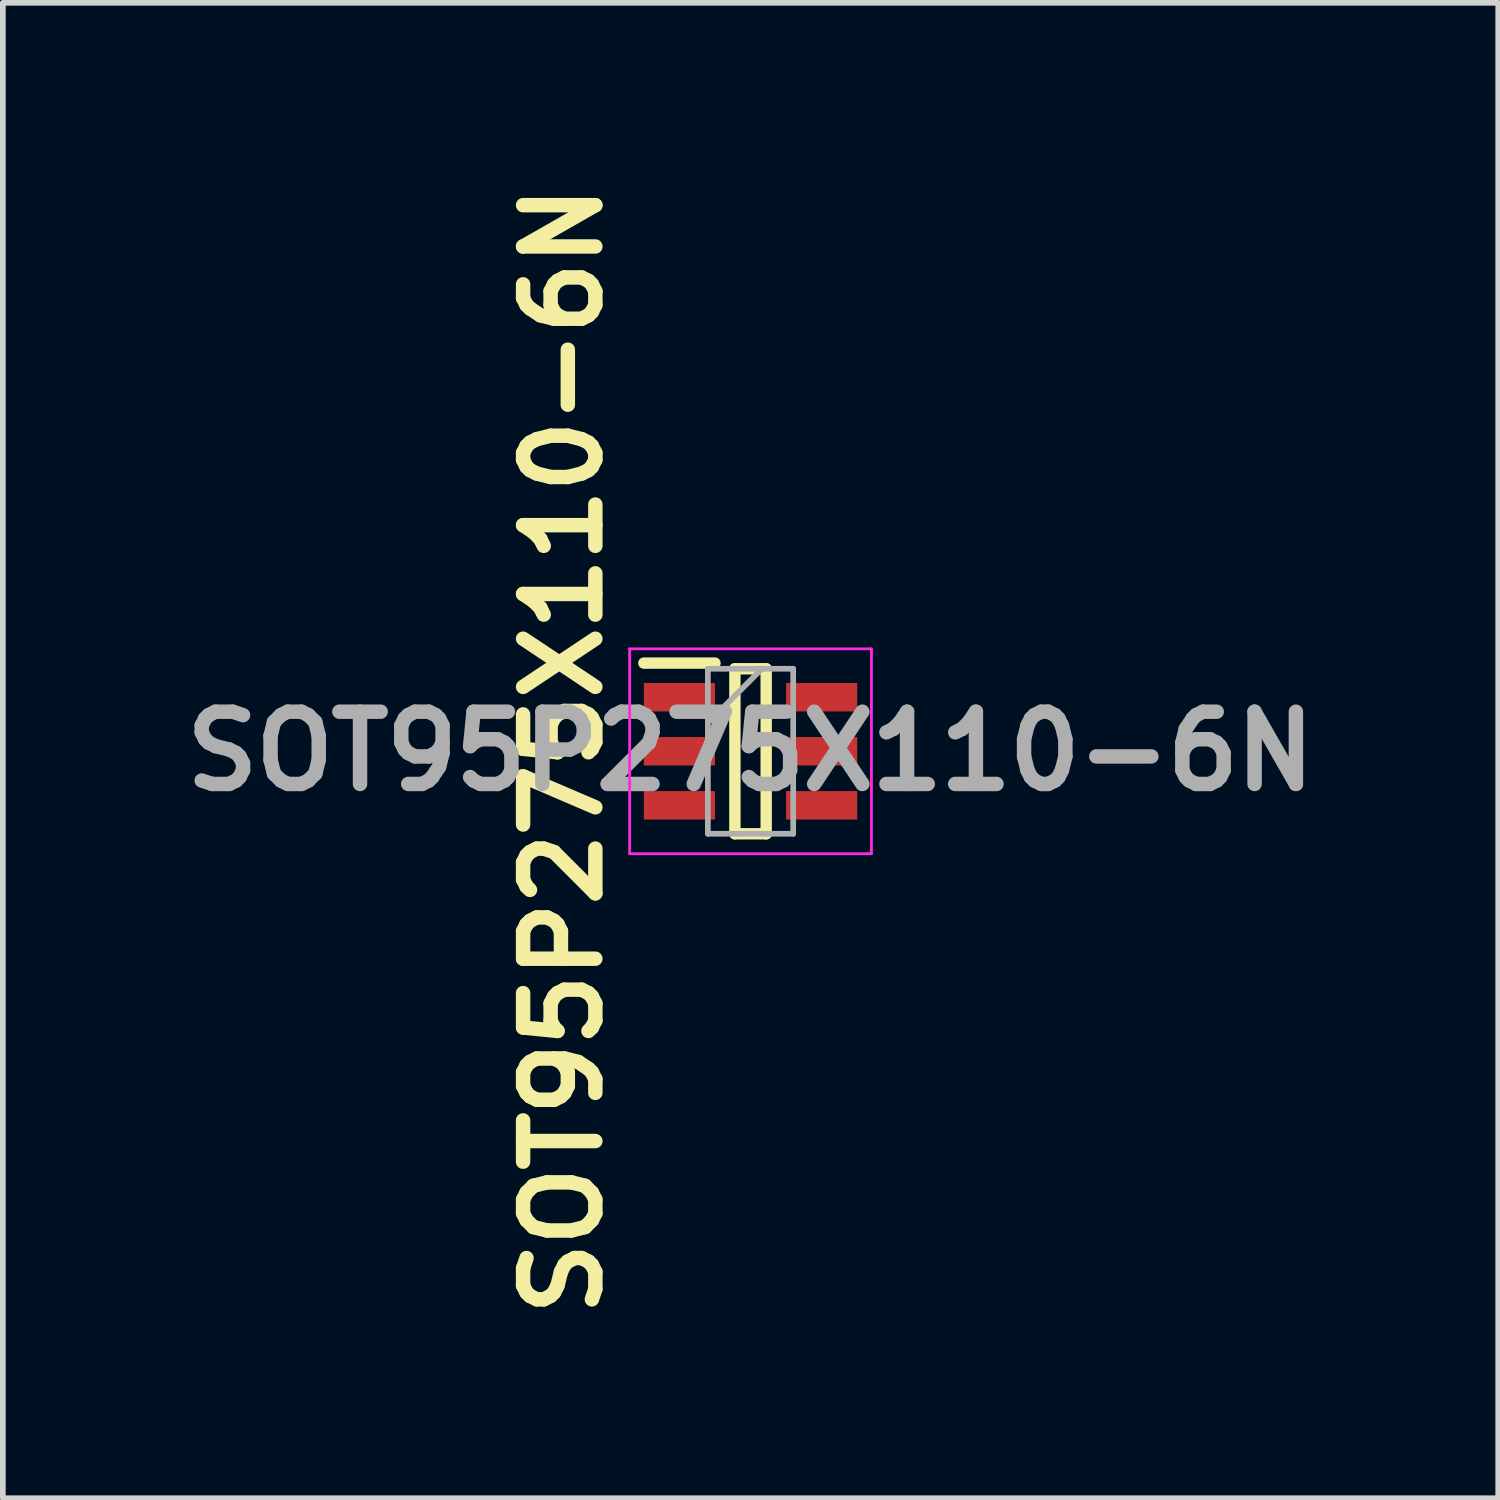
<source format=kicad_pcb>
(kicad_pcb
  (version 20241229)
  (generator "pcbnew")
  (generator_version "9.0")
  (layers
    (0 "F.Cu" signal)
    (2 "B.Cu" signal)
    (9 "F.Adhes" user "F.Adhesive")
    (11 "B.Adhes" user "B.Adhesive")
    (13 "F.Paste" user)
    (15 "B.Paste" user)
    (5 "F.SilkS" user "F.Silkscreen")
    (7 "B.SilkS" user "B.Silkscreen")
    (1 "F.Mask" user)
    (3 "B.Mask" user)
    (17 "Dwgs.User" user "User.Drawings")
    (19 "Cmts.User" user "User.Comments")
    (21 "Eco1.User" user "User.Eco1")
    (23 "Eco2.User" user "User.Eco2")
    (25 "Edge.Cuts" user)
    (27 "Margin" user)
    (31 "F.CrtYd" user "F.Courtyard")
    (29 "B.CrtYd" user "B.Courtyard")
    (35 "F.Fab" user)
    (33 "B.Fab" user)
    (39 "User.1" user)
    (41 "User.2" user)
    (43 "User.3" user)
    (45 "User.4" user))
  (footprint "SOT95P275X110-6N"
    (layer "F.Cu")
    (at 10.142 10.155)
    (property "Reference" "SOT95P275X110-6N" (at -3.302 -0.013 90) (layer "F.SilkS") (effects (font (size 1.27 1.27) (thickness 0.254))))
    (attr smd)
    (fp_line (start -1.875 -1.55) (end -0.625 -1.55) (stroke (width 0.2) (type solid)) (layer "F.SilkS"))
    (fp_line (start -0.275 -1.45) (end 0.275 -1.45) (stroke (width 0.2) (type solid)) (layer "F.SilkS"))
    (fp_line (start -0.275 1.45) (end -0.275 -1.45) (stroke (width 0.2) (type solid)) (layer "F.SilkS"))
    (fp_line (start 0.275 -1.45) (end 0.275 1.45) (stroke (width 0.2) (type solid)) (layer "F.SilkS"))
    (fp_line (start 0.275 1.45) (end -0.275 1.45) (stroke (width 0.2) (type solid)) (layer "F.SilkS"))
    (fp_line (start -2.125 -1.8) (end 2.125 -1.8) (stroke (width 0.05) (type solid)) (layer "F.CrtYd"))
    (fp_line (start -2.125 1.8) (end -2.125 -1.8) (stroke (width 0.05) (type solid)) (layer "F.CrtYd"))
    (fp_line (start 2.125 -1.8) (end 2.125 1.8) (stroke (width 0.05) (type solid)) (layer "F.CrtYd"))
    (fp_line (start 2.125 1.8) (end -2.125 1.8) (stroke (width 0.05) (type solid)) (layer "F.CrtYd"))
    (fp_line (start -0.75 -1.45) (end 0.75 -1.45) (stroke (width 0.1) (type solid)) (layer "F.Fab"))
    (fp_line (start -0.75 -0.5) (end 0.2 -1.45) (stroke (width 0.1) (type solid)) (layer "F.Fab"))
    (fp_line (start -0.75 1.45) (end -0.75 -1.45) (stroke (width 0.1) (type solid)) (layer "F.Fab"))
    (fp_line (start 0.75 -1.45) (end 0.75 1.45) (stroke (width 0.1) (type solid)) (layer "F.Fab"))
    (fp_line (start 0.75 1.45) (end -0.75 1.45) (stroke (width 0.1) (type solid)) (layer "F.Fab"))
    (fp_text user "${REFERENCE}" (at 0 0 0) (layer "F.Fab") (effects (font (size 1.27 1.27) (thickness 0.254))))
    (pad "1" smd rect (at -1.25 -0.95 90) (size 0.5 1.25) (layers "F.Cu" "F.Mask" "F.Paste"))
    (pad "2" smd rect (at -1.25 0 90) (size 0.5 1.25) (layers "F.Cu" "F.Mask" "F.Paste"))
    (pad "3" smd rect (at -1.25 0.95 90) (size 0.5 1.25) (layers "F.Cu" "F.Mask" "F.Paste"))
    (pad "4" smd rect (at 1.25 0.95 90) (size 0.5 1.25) (layers "F.Cu" "F.Mask" "F.Paste"))
    (pad "5" smd rect (at 1.25 0 90) (size 0.5 1.25) (layers "F.Cu" "F.Mask" "F.Paste"))
    (pad "6" smd rect (at 1.25 -0.95 90) (size 0.5 1.25) (layers "F.Cu" "F.Mask" "F.Paste")))
  (gr_rect
    (start -3 -3)
    (end 23.284 23.284)
    (stroke (width 0.1) (type default))
    (fill no)
    (layer "Edge.Cuts")))
</source>
